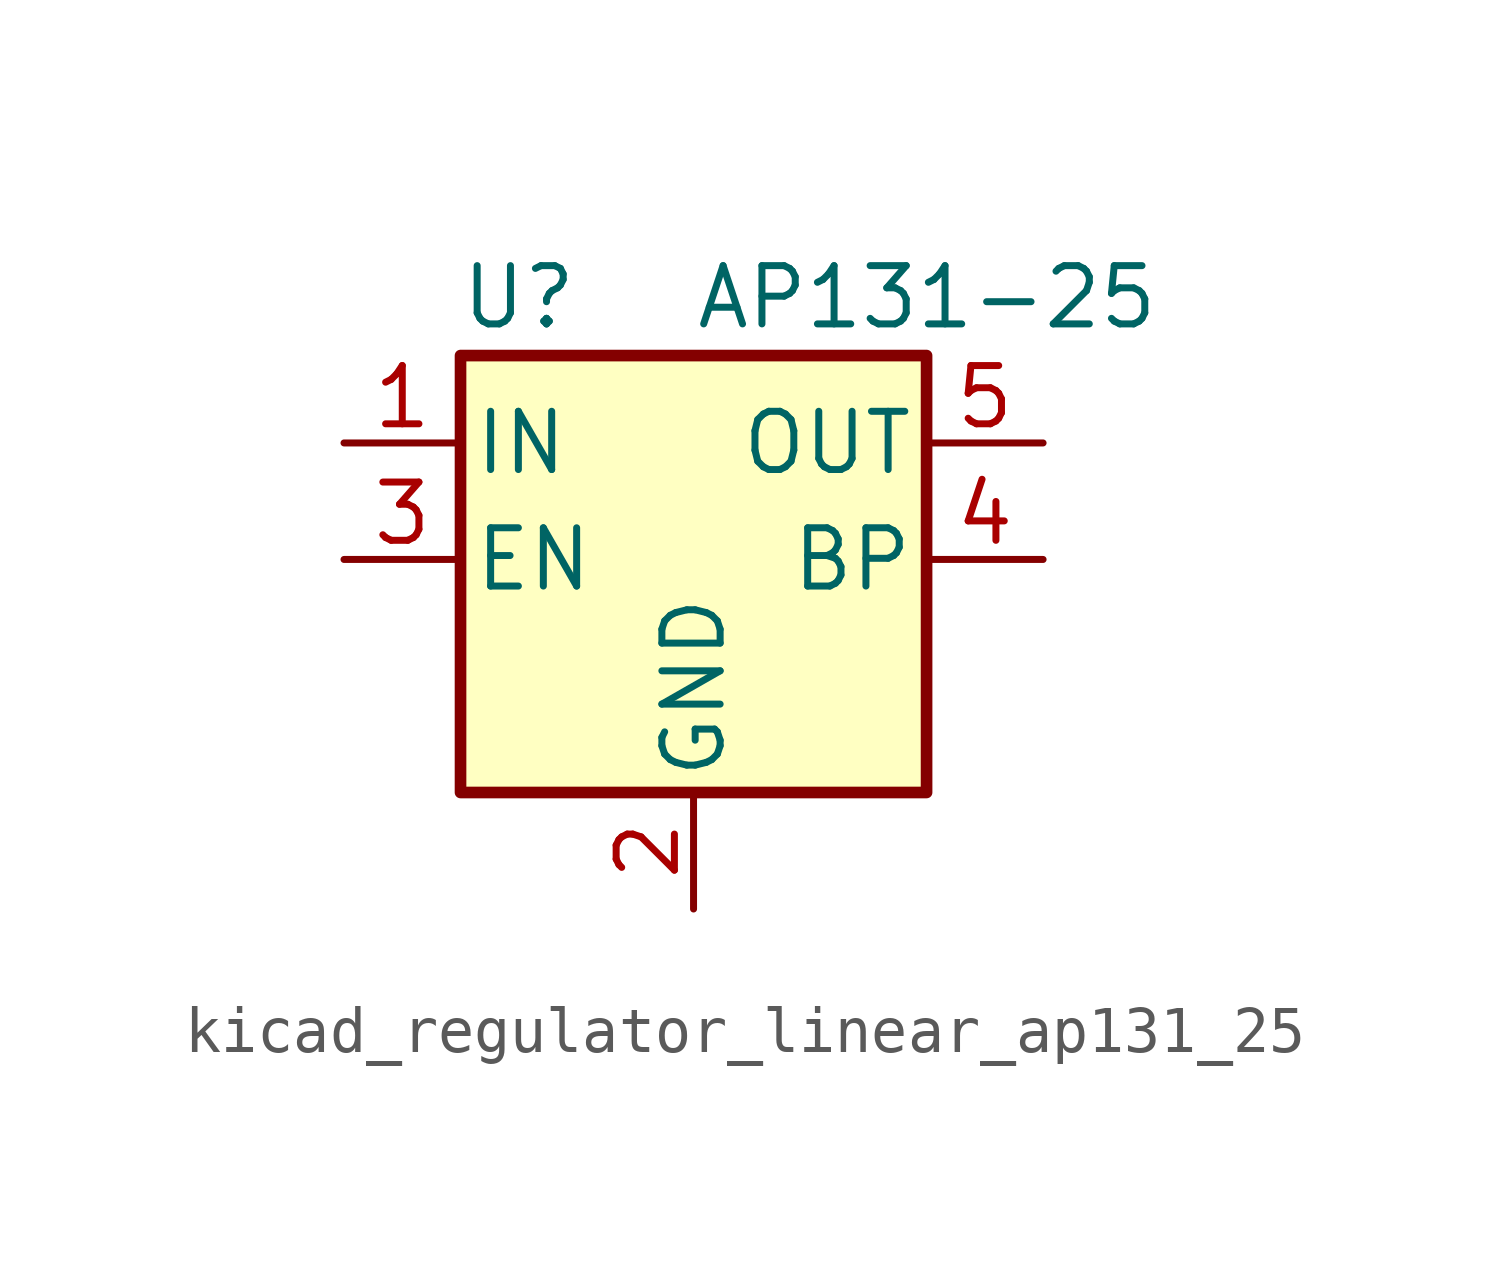
<source format=kicad_sym>
(kicad_symbol_lib
  (version 20220914)
  (generator kicad_symbol_editor)
  (symbol "kicad_regulator_linear_ap131_25"
    (pin_names
      (offset 0.254))
    (property "Reference" "U"
      (at -3.81 5.715 0)
      (effects (font (size 1.27 1.27))))
    (property "Value" "AP131-25"
      (at 0 5.715 0)
      (effects (font (size 1.27 1.27)) (justify left)))
    (symbol "kicad_regulator_linear_ap131_25_0_1"
      (rectangle (start -5.08 4.445) (end 5.08 -5.08) (stroke (width 0.254) (type default)) (fill (type background))))
    (symbol "kicad_regulator_linear_ap131_25_1_1"
      (pin power_in line (at -7.62 2.54 0) (length 2.54) (name "IN" (effects (font (size 1.27 1.27)))) (number "1" (effects (font (size 1.27 1.27)))))
      (pin power_in line (at 0 -7.62 90) (length 2.54) (name "GND" (effects (font (size 1.27 1.27)))) (number "2" (effects (font (size 1.27 1.27)))))
      (pin input line (at -7.62 0 0) (length 2.54) (name "EN" (effects (font (size 1.27 1.27)))) (number "3" (effects (font (size 1.27 1.27)))))
      (pin input line (at 7.62 0 180) (length 2.54) (name "BP" (effects (font (size 1.27 1.27)))) (number "4" (effects (font (size 1.27 1.27)))))
      (pin power_out line (at 7.62 2.54 180) (length 2.54) (name "OUT" (effects (font (size 1.27 1.27)))) (number "5" (effects (font (size 1.27 1.27))))))))
</source>
